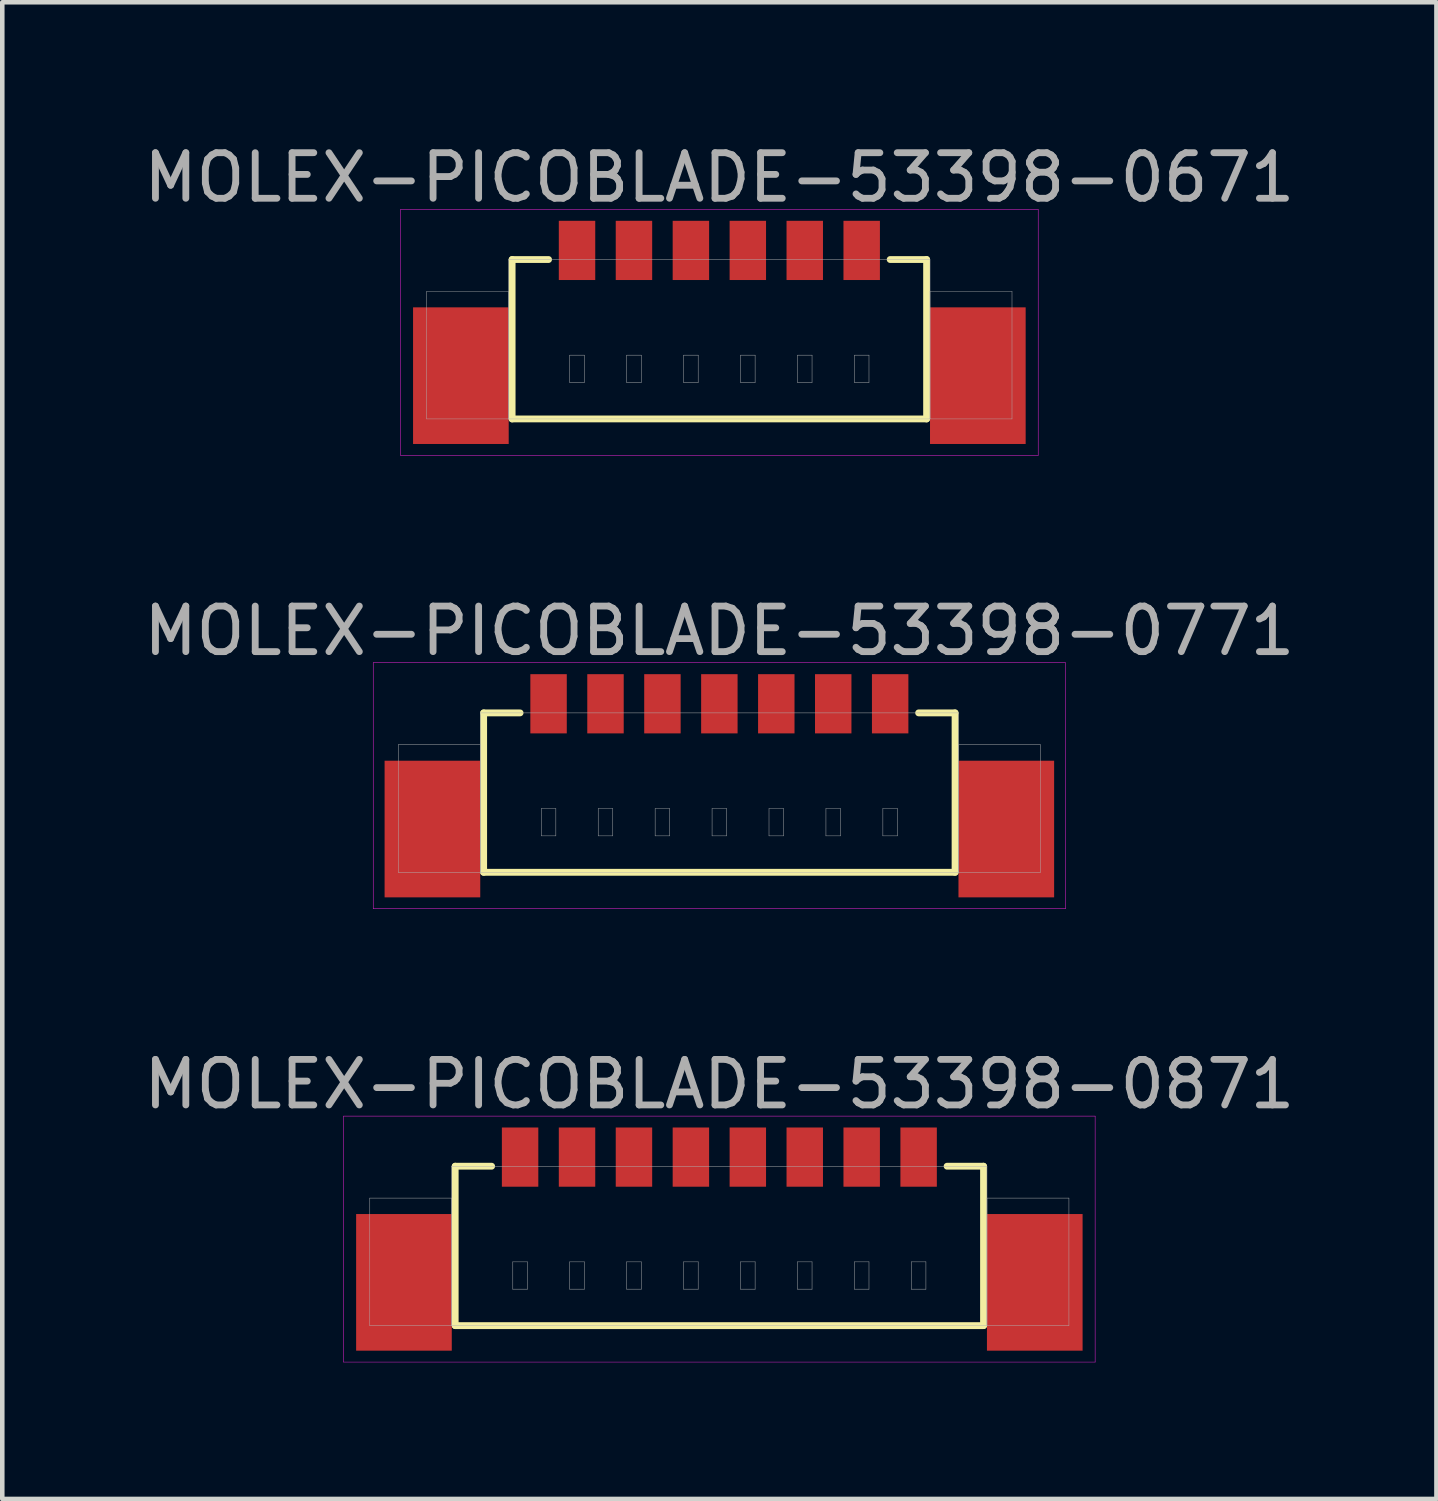
<source format=kicad_pcb>
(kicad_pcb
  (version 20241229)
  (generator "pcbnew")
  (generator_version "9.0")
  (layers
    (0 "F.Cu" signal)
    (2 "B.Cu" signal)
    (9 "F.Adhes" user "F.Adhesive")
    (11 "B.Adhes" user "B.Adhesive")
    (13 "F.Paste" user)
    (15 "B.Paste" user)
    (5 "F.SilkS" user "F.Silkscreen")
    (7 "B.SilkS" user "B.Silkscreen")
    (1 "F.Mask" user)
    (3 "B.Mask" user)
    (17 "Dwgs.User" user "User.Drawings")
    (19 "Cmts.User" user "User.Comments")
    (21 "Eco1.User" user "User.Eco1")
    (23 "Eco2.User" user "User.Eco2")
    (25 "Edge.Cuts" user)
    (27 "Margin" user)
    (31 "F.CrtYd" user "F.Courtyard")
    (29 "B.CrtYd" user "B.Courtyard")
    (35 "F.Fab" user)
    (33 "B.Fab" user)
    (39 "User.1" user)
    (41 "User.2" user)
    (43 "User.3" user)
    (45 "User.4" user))
  (footprint "MOLEX-PICOBLADE-53398-0671"
    (layer "F.Cu")
    (at 12.744 2.448)
    (property "Reference" "MOLEX-PICOBLADE-53398-0671" (at 0 -1.6 0) (layer "F.Fab") (effects (font (size 1 1) (thickness 0.15))))
    (attr smd)
    (fp_line (start -4.55 0.2) (end -4.55 3.7) (stroke (width 0.15) (type solid)) (layer "F.SilkS"))
    (fp_line (start -4.55 3.7) (end 4.55 3.7) (stroke (width 0.15) (type solid)) (layer "F.SilkS"))
    (fp_line (start -3.75 0.2) (end -4.55 0.2) (stroke (width 0.15) (type solid)) (layer "F.SilkS"))
    (fp_line (start 3.75 0.2) (end 4.55 0.2) (stroke (width 0.15) (type solid)) (layer "F.SilkS"))
    (fp_line (start 4.55 3.7) (end 4.55 0.2) (stroke (width 0.15) (type solid)) (layer "F.SilkS"))
    (fp_line (start -7 -0.9) (end 7 -0.9) (stroke (width 0.01) (type solid)) (layer "F.CrtYd"))
    (fp_line (start -7 4.5) (end -7 -0.9) (stroke (width 0.01) (type solid)) (layer "F.CrtYd"))
    (fp_line (start 7 -0.9) (end 7 4.5) (stroke (width 0.01) (type solid)) (layer "F.CrtYd"))
    (fp_line (start 7 4.5) (end -7 4.5) (stroke (width 0.01) (type solid)) (layer "F.CrtYd"))
    (fp_line (start -6.425 0.9) (end -4.625 0.9) (stroke (width 0.01) (type solid)) (layer "F.Fab"))
    (fp_line (start -6.425 3.7) (end -6.425 0.9) (stroke (width 0.01) (type solid)) (layer "F.Fab"))
    (fp_line (start -4.625 0.2) (end 4.625 0.2) (stroke (width 0.01) (type solid)) (layer "F.Fab"))
    (fp_line (start -4.625 0.9) (end -4.625 3.7) (stroke (width 0.01) (type solid)) (layer "F.Fab"))
    (fp_line (start -4.625 3.7) (end -6.425 3.7) (stroke (width 0.01) (type solid)) (layer "F.Fab"))
    (fp_line (start -4.625 3.7) (end -4.625 0.2) (stroke (width 0.01) (type solid)) (layer "F.Fab"))
    (fp_line (start -3.285 2.3) (end -2.965 2.3) (stroke (width 0.01) (type solid)) (layer "F.Fab"))
    (fp_line (start -3.285 2.9) (end -3.285 2.3) (stroke (width 0.01) (type solid)) (layer "F.Fab"))
    (fp_line (start -2.965 2.3) (end -2.965 2.9) (stroke (width 0.01) (type solid)) (layer "F.Fab"))
    (fp_line (start -2.965 2.9) (end -3.285 2.9) (stroke (width 0.01) (type solid)) (layer "F.Fab"))
    (fp_line (start -2.035 2.3) (end -1.715 2.3) (stroke (width 0.01) (type solid)) (layer "F.Fab"))
    (fp_line (start -2.035 2.9) (end -2.035 2.3) (stroke (width 0.01) (type solid)) (layer "F.Fab"))
    (fp_line (start -1.715 2.3) (end -1.715 2.9) (stroke (width 0.01) (type solid)) (layer "F.Fab"))
    (fp_line (start -1.715 2.9) (end -2.035 2.9) (stroke (width 0.01) (type solid)) (layer "F.Fab"))
    (fp_line (start -0.785 2.3) (end -0.465 2.3) (stroke (width 0.01) (type solid)) (layer "F.Fab"))
    (fp_line (start -0.785 2.9) (end -0.785 2.3) (stroke (width 0.01) (type solid)) (layer "F.Fab"))
    (fp_line (start -0.465 2.3) (end -0.465 2.9) (stroke (width 0.01) (type solid)) (layer "F.Fab"))
    (fp_line (start -0.465 2.9) (end -0.785 2.9) (stroke (width 0.01) (type solid)) (layer "F.Fab"))
    (fp_line (start 0.465 2.3) (end 0.785 2.3) (stroke (width 0.01) (type solid)) (layer "F.Fab"))
    (fp_line (start 0.465 2.9) (end 0.465 2.3) (stroke (width 0.01) (type solid)) (layer "F.Fab"))
    (fp_line (start 0.785 2.3) (end 0.785 2.9) (stroke (width 0.01) (type solid)) (layer "F.Fab"))
    (fp_line (start 0.785 2.9) (end 0.465 2.9) (stroke (width 0.01) (type solid)) (layer "F.Fab"))
    (fp_line (start 1.715 2.3) (end 2.035 2.3) (stroke (width 0.01) (type solid)) (layer "F.Fab"))
    (fp_line (start 1.715 2.9) (end 1.715 2.3) (stroke (width 0.01) (type solid)) (layer "F.Fab"))
    (fp_line (start 2.035 2.3) (end 2.035 2.9) (stroke (width 0.01) (type solid)) (layer "F.Fab"))
    (fp_line (start 2.035 2.9) (end 1.715 2.9) (stroke (width 0.01) (type solid)) (layer "F.Fab"))
    (fp_line (start 2.965 2.3) (end 3.285 2.3) (stroke (width 0.01) (type solid)) (layer "F.Fab"))
    (fp_line (start 2.965 2.9) (end 2.965 2.3) (stroke (width 0.01) (type solid)) (layer "F.Fab"))
    (fp_line (start 3.285 2.3) (end 3.285 2.9) (stroke (width 0.01) (type solid)) (layer "F.Fab"))
    (fp_line (start 3.285 2.9) (end 2.965 2.9) (stroke (width 0.01) (type solid)) (layer "F.Fab"))
    (fp_line (start 4.625 0.2) (end 4.625 3.7) (stroke (width 0.01) (type solid)) (layer "F.Fab"))
    (fp_line (start 4.625 0.9) (end 6.425 0.9) (stroke (width 0.01) (type solid)) (layer "F.Fab"))
    (fp_line (start 4.625 3.7) (end -4.625 3.7) (stroke (width 0.01) (type solid)) (layer "F.Fab"))
    (fp_line (start 4.625 3.7) (end 4.625 0.9) (stroke (width 0.01) (type solid)) (layer "F.Fab"))
    (fp_line (start 6.425 0.9) (end 6.425 3.7) (stroke (width 0.01) (type solid)) (layer "F.Fab"))
    (fp_line (start 6.425 3.7) (end 4.625 3.7) (stroke (width 0.01) (type solid)) (layer "F.Fab"))
    (pad "" smd rect (at -5.675 2.75) (size 2.1 3) (layers "F.Cu" "F.Mask" "F.Paste"))
    (pad "" smd rect (at 5.675 2.75) (size 2.1 3) (layers "F.Cu" "F.Mask" "F.Paste"))
    (pad "1" smd rect (at -3.125 0) (size 0.8 1.3) (layers "F.Cu" "F.Mask" "F.Paste"))
    (pad "2" smd rect (at -1.875 0) (size 0.8 1.3) (layers "F.Cu" "F.Mask" "F.Paste"))
    (pad "3" smd rect (at -0.625 0) (size 0.8 1.3) (layers "F.Cu" "F.Mask" "F.Paste"))
    (pad "4" smd rect (at 0.625 0) (size 0.8 1.3) (layers "F.Cu" "F.Mask" "F.Paste"))
    (pad "5" smd rect (at 1.875 0) (size 0.8 1.3) (layers "F.Cu" "F.Mask" "F.Paste"))
    (pad "6" smd rect (at 3.125 0) (size 0.8 1.3) (layers "F.Cu" "F.Mask" "F.Paste")))
  (footprint "MOLEX-PICOBLADE-53398-0771"
    (layer "F.Cu")
    (at 12.744 12.402)
    (property "Reference" "MOLEX-PICOBLADE-53398-0771" (at 0 -1.6 0) (layer "F.Fab") (effects (font (size 1 1) (thickness 0.15))))
    (attr smd)
    (fp_line (start -5.175 0.2) (end -5.175 3.7) (stroke (width 0.15) (type solid)) (layer "F.SilkS"))
    (fp_line (start -5.175 3.7) (end 5.175 3.7) (stroke (width 0.15) (type solid)) (layer "F.SilkS"))
    (fp_line (start -4.375 0.2) (end -5.175 0.2) (stroke (width 0.15) (type solid)) (layer "F.SilkS"))
    (fp_line (start 4.375 0.2) (end 5.175 0.2) (stroke (width 0.15) (type solid)) (layer "F.SilkS"))
    (fp_line (start 5.175 3.7) (end 5.175 0.2) (stroke (width 0.15) (type solid)) (layer "F.SilkS"))
    (fp_line (start -7.6 -0.9) (end 7.6 -0.9) (stroke (width 0.01) (type solid)) (layer "F.CrtYd"))
    (fp_line (start -7.6 4.5) (end -7.6 -0.9) (stroke (width 0.01) (type solid)) (layer "F.CrtYd"))
    (fp_line (start 7.6 -0.9) (end 7.6 4.5) (stroke (width 0.01) (type solid)) (layer "F.CrtYd"))
    (fp_line (start 7.6 4.5) (end -7.6 4.5) (stroke (width 0.01) (type solid)) (layer "F.CrtYd"))
    (fp_line (start -7.05 0.9) (end -5.25 0.9) (stroke (width 0.01) (type solid)) (layer "F.Fab"))
    (fp_line (start -7.05 3.7) (end -7.05 0.9) (stroke (width 0.01) (type solid)) (layer "F.Fab"))
    (fp_line (start -5.25 0.2) (end 5.25 0.2) (stroke (width 0.01) (type solid)) (layer "F.Fab"))
    (fp_line (start -5.25 0.9) (end -5.25 3.7) (stroke (width 0.01) (type solid)) (layer "F.Fab"))
    (fp_line (start -5.25 3.7) (end -7.05 3.7) (stroke (width 0.01) (type solid)) (layer "F.Fab"))
    (fp_line (start -5.25 3.7) (end -5.25 0.2) (stroke (width 0.01) (type solid)) (layer "F.Fab"))
    (fp_line (start -3.91 2.3) (end -3.59 2.3) (stroke (width 0.01) (type solid)) (layer "F.Fab"))
    (fp_line (start -3.91 2.9) (end -3.91 2.3) (stroke (width 0.01) (type solid)) (layer "F.Fab"))
    (fp_line (start -3.59 2.3) (end -3.59 2.9) (stroke (width 0.01) (type solid)) (layer "F.Fab"))
    (fp_line (start -3.59 2.9) (end -3.91 2.9) (stroke (width 0.01) (type solid)) (layer "F.Fab"))
    (fp_line (start -2.66 2.3) (end -2.34 2.3) (stroke (width 0.01) (type solid)) (layer "F.Fab"))
    (fp_line (start -2.66 2.9) (end -2.66 2.3) (stroke (width 0.01) (type solid)) (layer "F.Fab"))
    (fp_line (start -2.34 2.3) (end -2.34 2.9) (stroke (width 0.01) (type solid)) (layer "F.Fab"))
    (fp_line (start -2.34 2.9) (end -2.66 2.9) (stroke (width 0.01) (type solid)) (layer "F.Fab"))
    (fp_line (start -1.41 2.3) (end -1.09 2.3) (stroke (width 0.01) (type solid)) (layer "F.Fab"))
    (fp_line (start -1.41 2.9) (end -1.41 2.3) (stroke (width 0.01) (type solid)) (layer "F.Fab"))
    (fp_line (start -1.09 2.3) (end -1.09 2.9) (stroke (width 0.01) (type solid)) (layer "F.Fab"))
    (fp_line (start -1.09 2.9) (end -1.41 2.9) (stroke (width 0.01) (type solid)) (layer "F.Fab"))
    (fp_line (start -0.16 2.3) (end 0.16 2.3) (stroke (width 0.01) (type solid)) (layer "F.Fab"))
    (fp_line (start -0.16 2.9) (end -0.16 2.3) (stroke (width 0.01) (type solid)) (layer "F.Fab"))
    (fp_line (start 0.16 2.3) (end 0.16 2.9) (stroke (width 0.01) (type solid)) (layer "F.Fab"))
    (fp_line (start 0.16 2.9) (end -0.16 2.9) (stroke (width 0.01) (type solid)) (layer "F.Fab"))
    (fp_line (start 1.09 2.3) (end 1.41 2.3) (stroke (width 0.01) (type solid)) (layer "F.Fab"))
    (fp_line (start 1.09 2.9) (end 1.09 2.3) (stroke (width 0.01) (type solid)) (layer "F.Fab"))
    (fp_line (start 1.41 2.3) (end 1.41 2.9) (stroke (width 0.01) (type solid)) (layer "F.Fab"))
    (fp_line (start 1.41 2.9) (end 1.09 2.9) (stroke (width 0.01) (type solid)) (layer "F.Fab"))
    (fp_line (start 2.34 2.3) (end 2.66 2.3) (stroke (width 0.01) (type solid)) (layer "F.Fab"))
    (fp_line (start 2.34 2.9) (end 2.34 2.3) (stroke (width 0.01) (type solid)) (layer "F.Fab"))
    (fp_line (start 2.66 2.3) (end 2.66 2.9) (stroke (width 0.01) (type solid)) (layer "F.Fab"))
    (fp_line (start 2.66 2.9) (end 2.34 2.9) (stroke (width 0.01) (type solid)) (layer "F.Fab"))
    (fp_line (start 3.59 2.3) (end 3.91 2.3) (stroke (width 0.01) (type solid)) (layer "F.Fab"))
    (fp_line (start 3.59 2.9) (end 3.59 2.3) (stroke (width 0.01) (type solid)) (layer "F.Fab"))
    (fp_line (start 3.91 2.3) (end 3.91 2.9) (stroke (width 0.01) (type solid)) (layer "F.Fab"))
    (fp_line (start 3.91 2.9) (end 3.59 2.9) (stroke (width 0.01) (type solid)) (layer "F.Fab"))
    (fp_line (start 5.25 0.2) (end 5.25 3.7) (stroke (width 0.01) (type solid)) (layer "F.Fab"))
    (fp_line (start 5.25 0.9) (end 7.05 0.9) (stroke (width 0.01) (type solid)) (layer "F.Fab"))
    (fp_line (start 5.25 3.7) (end -5.25 3.7) (stroke (width 0.01) (type solid)) (layer "F.Fab"))
    (fp_line (start 5.25 3.7) (end 5.25 0.9) (stroke (width 0.01) (type solid)) (layer "F.Fab"))
    (fp_line (start 7.05 0.9) (end 7.05 3.7) (stroke (width 0.01) (type solid)) (layer "F.Fab"))
    (fp_line (start 7.05 3.7) (end 5.25 3.7) (stroke (width 0.01) (type solid)) (layer "F.Fab"))
    (pad "" smd rect (at -6.3 2.75) (size 2.1 3) (layers "F.Cu" "F.Mask" "F.Paste"))
    (pad "" smd rect (at 6.3 2.75) (size 2.1 3) (layers "F.Cu" "F.Mask" "F.Paste"))
    (pad "1" smd rect (at -3.75 0) (size 0.8 1.3) (layers "F.Cu" "F.Mask" "F.Paste"))
    (pad "2" smd rect (at -2.5 0) (size 0.8 1.3) (layers "F.Cu" "F.Mask" "F.Paste"))
    (pad "3" smd rect (at -1.25 0) (size 0.8 1.3) (layers "F.Cu" "F.Mask" "F.Paste"))
    (pad "4" smd rect (at 0 0) (size 0.8 1.3) (layers "F.Cu" "F.Mask" "F.Paste"))
    (pad "5" smd rect (at 1.25 0) (size 0.8 1.3) (layers "F.Cu" "F.Mask" "F.Paste"))
    (pad "6" smd rect (at 2.5 0) (size 0.8 1.3) (layers "F.Cu" "F.Mask" "F.Paste"))
    (pad "7" smd rect (at 3.75 0) (size 0.8 1.3) (layers "F.Cu" "F.Mask" "F.Paste")))
  (footprint "MOLEX-PICOBLADE-53398-0871"
    (layer "F.Cu")
    (at 12.744 22.355)
    (property "Reference" "MOLEX-PICOBLADE-53398-0871" (at 0 -1.6 0) (layer "F.Fab") (effects (font (size 1 1) (thickness 0.15))))
    (attr smd)
    (fp_line (start -5.8 0.2) (end -5.8 3.7) (stroke (width 0.15) (type solid)) (layer "F.SilkS"))
    (fp_line (start -5.8 3.7) (end 5.8 3.7) (stroke (width 0.15) (type solid)) (layer "F.SilkS"))
    (fp_line (start -5 0.2) (end -5.8 0.2) (stroke (width 0.15) (type solid)) (layer "F.SilkS"))
    (fp_line (start 5 0.2) (end 5.8 0.2) (stroke (width 0.15) (type solid)) (layer "F.SilkS"))
    (fp_line (start 5.8 3.7) (end 5.8 0.2) (stroke (width 0.15) (type solid)) (layer "F.SilkS"))
    (fp_line (start -8.25 -0.9) (end 8.25 -0.9) (stroke (width 0.01) (type solid)) (layer "F.CrtYd"))
    (fp_line (start -8.25 4.5) (end -8.25 -0.9) (stroke (width 0.01) (type solid)) (layer "F.CrtYd"))
    (fp_line (start 8.25 -0.9) (end 8.25 4.5) (stroke (width 0.01) (type solid)) (layer "F.CrtYd"))
    (fp_line (start 8.25 4.5) (end -8.25 4.5) (stroke (width 0.01) (type solid)) (layer "F.CrtYd"))
    (fp_line (start -7.675 0.9) (end -5.875 0.9) (stroke (width 0.01) (type solid)) (layer "F.Fab"))
    (fp_line (start -7.675 3.7) (end -7.675 0.9) (stroke (width 0.01) (type solid)) (layer "F.Fab"))
    (fp_line (start -5.875 0.2) (end 5.875 0.2) (stroke (width 0.01) (type solid)) (layer "F.Fab"))
    (fp_line (start -5.875 0.9) (end -5.875 3.7) (stroke (width 0.01) (type solid)) (layer "F.Fab"))
    (fp_line (start -5.875 3.7) (end -7.675 3.7) (stroke (width 0.01) (type solid)) (layer "F.Fab"))
    (fp_line (start -5.875 3.7) (end -5.875 0.2) (stroke (width 0.01) (type solid)) (layer "F.Fab"))
    (fp_line (start -4.535 2.3) (end -4.215 2.3) (stroke (width 0.01) (type solid)) (layer "F.Fab"))
    (fp_line (start -4.535 2.9) (end -4.535 2.3) (stroke (width 0.01) (type solid)) (layer "F.Fab"))
    (fp_line (start -4.215 2.3) (end -4.215 2.9) (stroke (width 0.01) (type solid)) (layer "F.Fab"))
    (fp_line (start -4.215 2.9) (end -4.535 2.9) (stroke (width 0.01) (type solid)) (layer "F.Fab"))
    (fp_line (start -3.285 2.3) (end -2.965 2.3) (stroke (width 0.01) (type solid)) (layer "F.Fab"))
    (fp_line (start -3.285 2.9) (end -3.285 2.3) (stroke (width 0.01) (type solid)) (layer "F.Fab"))
    (fp_line (start -2.965 2.3) (end -2.965 2.9) (stroke (width 0.01) (type solid)) (layer "F.Fab"))
    (fp_line (start -2.965 2.9) (end -3.285 2.9) (stroke (width 0.01) (type solid)) (layer "F.Fab"))
    (fp_line (start -2.035 2.3) (end -1.715 2.3) (stroke (width 0.01) (type solid)) (layer "F.Fab"))
    (fp_line (start -2.035 2.9) (end -2.035 2.3) (stroke (width 0.01) (type solid)) (layer "F.Fab"))
    (fp_line (start -1.715 2.3) (end -1.715 2.9) (stroke (width 0.01) (type solid)) (layer "F.Fab"))
    (fp_line (start -1.715 2.9) (end -2.035 2.9) (stroke (width 0.01) (type solid)) (layer "F.Fab"))
    (fp_line (start -0.785 2.3) (end -0.465 2.3) (stroke (width 0.01) (type solid)) (layer "F.Fab"))
    (fp_line (start -0.785 2.9) (end -0.785 2.3) (stroke (width 0.01) (type solid)) (layer "F.Fab"))
    (fp_line (start -0.465 2.3) (end -0.465 2.9) (stroke (width 0.01) (type solid)) (layer "F.Fab"))
    (fp_line (start -0.465 2.9) (end -0.785 2.9) (stroke (width 0.01) (type solid)) (layer "F.Fab"))
    (fp_line (start 0.465 2.3) (end 0.785 2.3) (stroke (width 0.01) (type solid)) (layer "F.Fab"))
    (fp_line (start 0.465 2.9) (end 0.465 2.3) (stroke (width 0.01) (type solid)) (layer "F.Fab"))
    (fp_line (start 0.785 2.3) (end 0.785 2.9) (stroke (width 0.01) (type solid)) (layer "F.Fab"))
    (fp_line (start 0.785 2.9) (end 0.465 2.9) (stroke (width 0.01) (type solid)) (layer "F.Fab"))
    (fp_line (start 1.715 2.3) (end 2.035 2.3) (stroke (width 0.01) (type solid)) (layer "F.Fab"))
    (fp_line (start 1.715 2.9) (end 1.715 2.3) (stroke (width 0.01) (type solid)) (layer "F.Fab"))
    (fp_line (start 2.035 2.3) (end 2.035 2.9) (stroke (width 0.01) (type solid)) (layer "F.Fab"))
    (fp_line (start 2.035 2.9) (end 1.715 2.9) (stroke (width 0.01) (type solid)) (layer "F.Fab"))
    (fp_line (start 2.965 2.3) (end 3.285 2.3) (stroke (width 0.01) (type solid)) (layer "F.Fab"))
    (fp_line (start 2.965 2.9) (end 2.965 2.3) (stroke (width 0.01) (type solid)) (layer "F.Fab"))
    (fp_line (start 3.285 2.3) (end 3.285 2.9) (stroke (width 0.01) (type solid)) (layer "F.Fab"))
    (fp_line (start 3.285 2.9) (end 2.965 2.9) (stroke (width 0.01) (type solid)) (layer "F.Fab"))
    (fp_line (start 4.215 2.3) (end 4.535 2.3) (stroke (width 0.01) (type solid)) (layer "F.Fab"))
    (fp_line (start 4.215 2.9) (end 4.215 2.3) (stroke (width 0.01) (type solid)) (layer "F.Fab"))
    (fp_line (start 4.535 2.3) (end 4.535 2.9) (stroke (width 0.01) (type solid)) (layer "F.Fab"))
    (fp_line (start 4.535 2.9) (end 4.215 2.9) (stroke (width 0.01) (type solid)) (layer "F.Fab"))
    (fp_line (start 5.875 0.2) (end 5.875 3.7) (stroke (width 0.01) (type solid)) (layer "F.Fab"))
    (fp_line (start 5.875 0.9) (end 7.675 0.9) (stroke (width 0.01) (type solid)) (layer "F.Fab"))
    (fp_line (start 5.875 3.7) (end -5.875 3.7) (stroke (width 0.01) (type solid)) (layer "F.Fab"))
    (fp_line (start 5.875 3.7) (end 5.875 0.9) (stroke (width 0.01) (type solid)) (layer "F.Fab"))
    (fp_line (start 7.675 0.9) (end 7.675 3.7) (stroke (width 0.01) (type solid)) (layer "F.Fab"))
    (fp_line (start 7.675 3.7) (end 5.875 3.7) (stroke (width 0.01) (type solid)) (layer "F.Fab"))
    (pad "" smd rect (at -6.925 2.75) (size 2.1 3) (layers "F.Cu" "F.Mask" "F.Paste"))
    (pad "" smd rect (at 6.925 2.75) (size 2.1 3) (layers "F.Cu" "F.Mask" "F.Paste"))
    (pad "1" smd rect (at -4.375 0) (size 0.8 1.3) (layers "F.Cu" "F.Mask" "F.Paste"))
    (pad "2" smd rect (at -3.125 0) (size 0.8 1.3) (layers "F.Cu" "F.Mask" "F.Paste"))
    (pad "3" smd rect (at -1.875 0) (size 0.8 1.3) (layers "F.Cu" "F.Mask" "F.Paste"))
    (pad "4" smd rect (at -0.625 0) (size 0.8 1.3) (layers "F.Cu" "F.Mask" "F.Paste"))
    (pad "5" smd rect (at 0.625 0) (size 0.8 1.3) (layers "F.Cu" "F.Mask" "F.Paste"))
    (pad "6" smd rect (at 1.875 0) (size 0.8 1.3) (layers "F.Cu" "F.Mask" "F.Paste"))
    (pad "7" smd rect (at 3.125 0) (size 0.8 1.3) (layers "F.Cu" "F.Mask" "F.Paste"))
    (pad "8" smd rect (at 4.375 0) (size 0.8 1.3) (layers "F.Cu" "F.Mask" "F.Paste")))
  (gr_rect
    (start -3 -3)
    (end 28.488 29.86)
    (stroke (width 0.1) (type default))
    (fill no)
    (layer "Edge.Cuts")))
</source>
